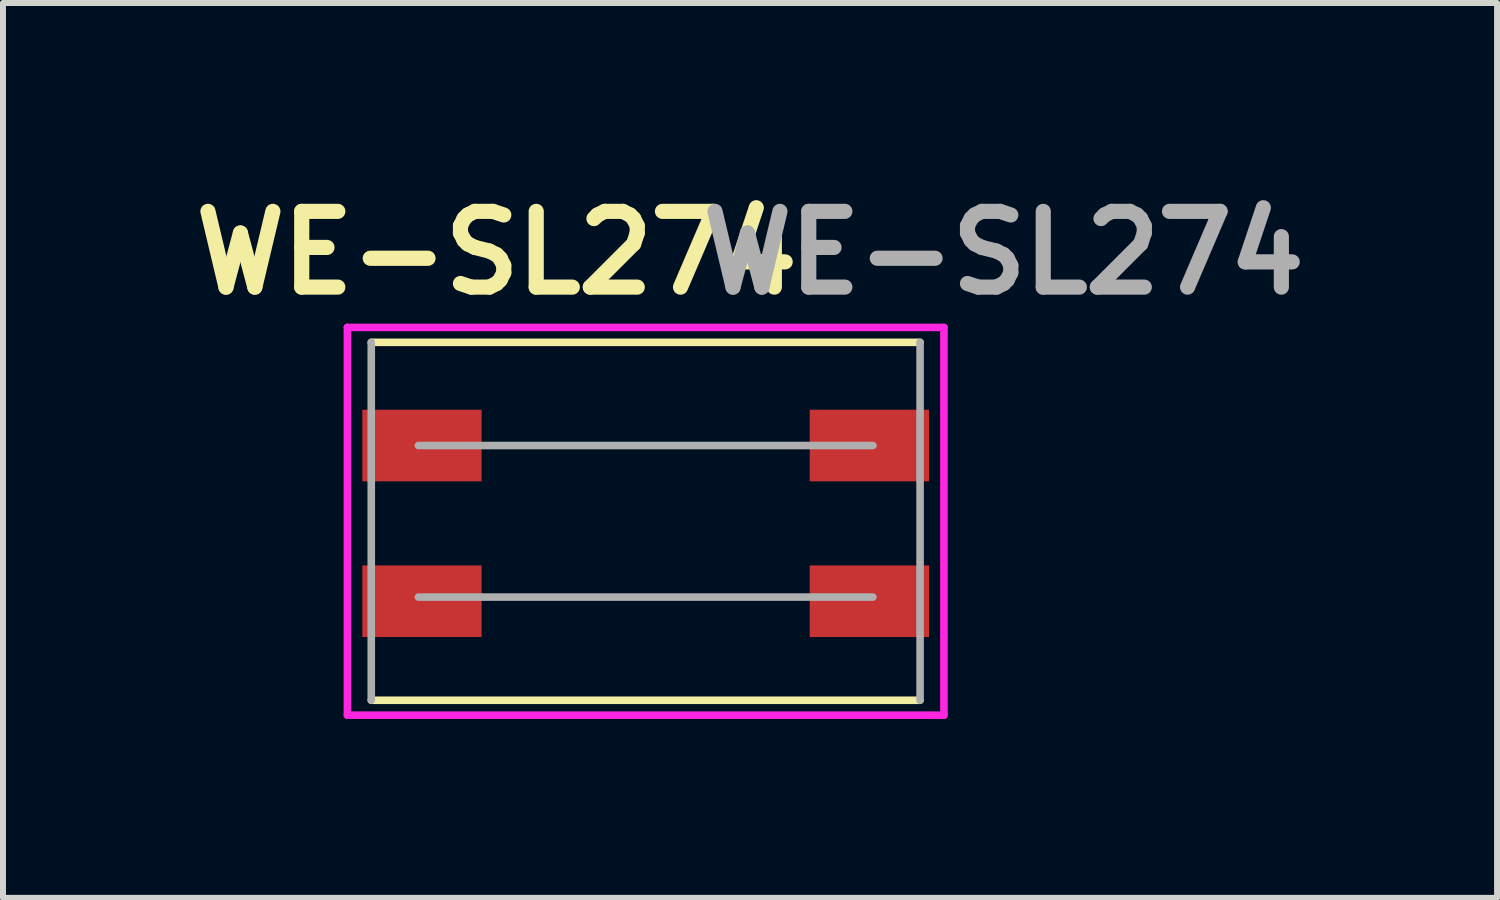
<source format=kicad_pcb>
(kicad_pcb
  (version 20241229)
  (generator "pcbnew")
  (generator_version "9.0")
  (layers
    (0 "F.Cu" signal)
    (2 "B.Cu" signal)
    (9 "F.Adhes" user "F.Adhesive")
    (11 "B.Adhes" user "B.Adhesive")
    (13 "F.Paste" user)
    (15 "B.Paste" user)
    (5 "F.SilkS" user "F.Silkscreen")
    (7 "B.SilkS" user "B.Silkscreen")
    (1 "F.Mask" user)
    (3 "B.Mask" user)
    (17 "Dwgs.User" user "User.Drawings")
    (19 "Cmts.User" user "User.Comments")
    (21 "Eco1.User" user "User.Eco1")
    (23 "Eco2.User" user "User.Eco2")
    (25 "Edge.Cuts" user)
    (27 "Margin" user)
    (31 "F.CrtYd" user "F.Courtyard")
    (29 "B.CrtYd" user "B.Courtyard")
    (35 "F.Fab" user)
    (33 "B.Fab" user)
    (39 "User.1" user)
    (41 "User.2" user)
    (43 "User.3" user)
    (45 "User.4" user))
  (footprint "WE-SL274"
    (layer "F.Cu")
    (at 7.774 5.689)
    (property "Reference" "WE-SL274" (at -2.5 -4.5 0) (layer "F.SilkS") (effects (font (size 1.27 1.27) (thickness 0.254))))
    (attr smd)
    (fp_line (start -4.6 3) (end 4.6 3) (stroke (width 0.127) (type solid)) (layer "F.SilkS"))
    (fp_line (start 4.6 -3) (end -4.6 -3) (stroke (width 0.127) (type solid)) (layer "F.SilkS"))
    (fp_line (start -5 -3.25) (end 5 -3.25) (stroke (width 0.127) (type solid)) (layer "F.CrtYd"))
    (fp_line (start -5 3.25) (end -5 -3.25) (stroke (width 0.127) (type solid)) (layer "F.CrtYd"))
    (fp_line (start 5 -3.25) (end 5 3.25) (stroke (width 0.127) (type solid)) (layer "F.CrtYd"))
    (fp_line (start 5 3.25) (end -5 3.25) (stroke (width 0.127) (type solid)) (layer "F.CrtYd"))
    (fp_line (start -4.6 -3) (end -4.6 3) (stroke (width 0.127) (type solid)) (layer "F.Fab"))
    (fp_line (start 3.81 -1.27) (end -3.81 -1.27) (stroke (width 0.127) (type solid)) (layer "F.Fab"))
    (fp_line (start 3.81 1.27) (end -3.81 1.27) (stroke (width 0.127) (type solid)) (layer "F.Fab"))
    (fp_line (start 4.6 3) (end 4.6 -3) (stroke (width 0.127) (type solid)) (layer "F.Fab"))
    (fp_text user "${REFERENCE}" (at 6 -4.5 0) (layer "F.Fab") (effects (font (size 1.27 1.27) (thickness 0.254))))
    (pad "1" smd rect (at -3.75 -1.27 90) (size 1.2 2) (layers "F.Cu" "F.Mask" "F.Paste"))
    (pad "2" smd rect (at -3.75 1.34 90) (size 1.2 2) (layers "F.Cu" "F.Mask" "F.Paste"))
    (pad "3" smd rect (at 3.75 1.34 90) (size 1.2 2) (layers "F.Cu" "F.Mask" "F.Paste"))
    (pad "4" smd rect (at 3.75 -1.27 90) (size 1.2 2) (layers "F.Cu" "F.Mask" "F.Paste")))
  (gr_rect
    (start -3 -3)
    (end 22.047 12.002)
    (stroke (width 0.1) (type default))
    (fill no)
    (layer "Edge.Cuts")))
</source>
